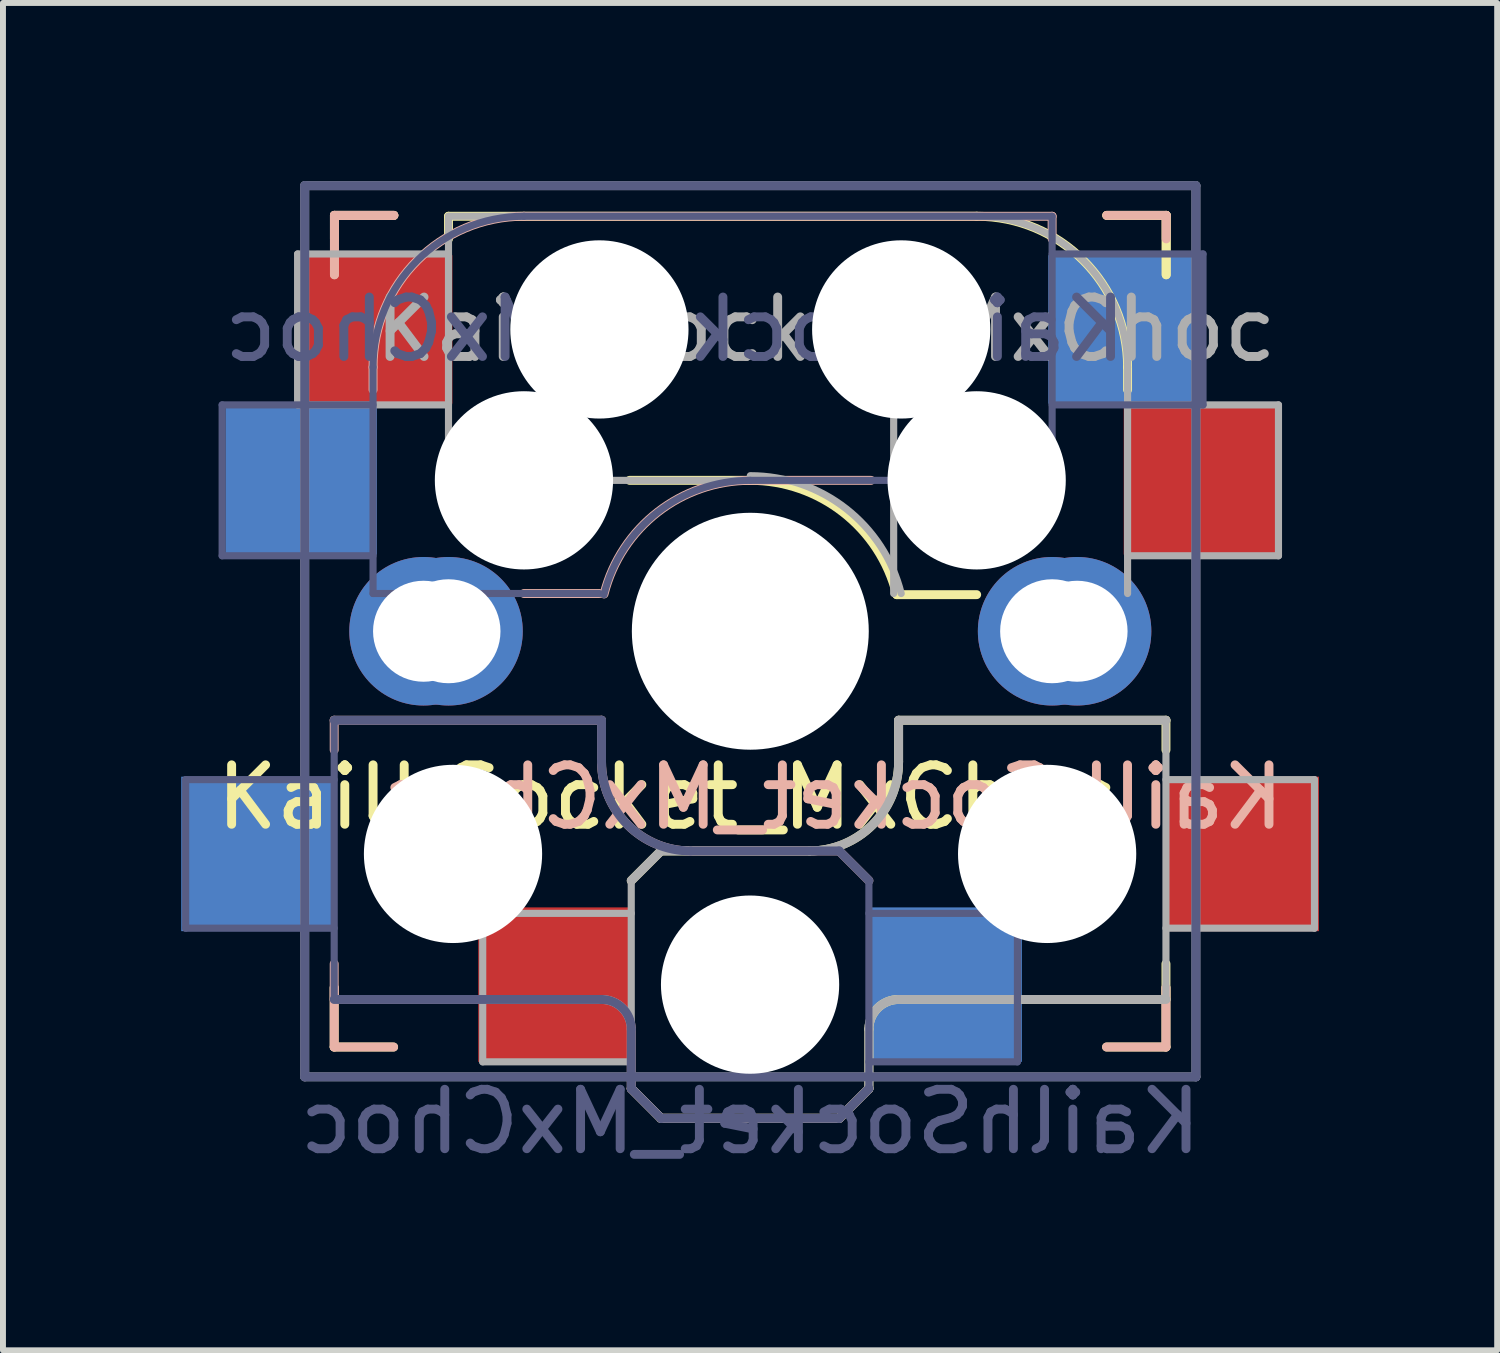
<source format=kicad_pcb>
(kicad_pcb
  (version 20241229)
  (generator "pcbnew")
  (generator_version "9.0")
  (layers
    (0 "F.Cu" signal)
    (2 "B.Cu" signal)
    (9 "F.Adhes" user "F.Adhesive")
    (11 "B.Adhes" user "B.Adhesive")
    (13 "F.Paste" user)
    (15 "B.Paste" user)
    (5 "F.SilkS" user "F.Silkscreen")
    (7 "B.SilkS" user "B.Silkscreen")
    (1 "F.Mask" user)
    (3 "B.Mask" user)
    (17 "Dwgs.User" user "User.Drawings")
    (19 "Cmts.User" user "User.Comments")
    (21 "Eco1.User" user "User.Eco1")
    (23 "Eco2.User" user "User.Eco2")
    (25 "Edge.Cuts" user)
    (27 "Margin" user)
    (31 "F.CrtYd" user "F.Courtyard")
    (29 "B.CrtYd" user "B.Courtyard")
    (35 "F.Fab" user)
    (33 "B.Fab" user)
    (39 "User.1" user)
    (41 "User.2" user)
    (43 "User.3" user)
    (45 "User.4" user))
  (footprint "KailhSocket_MxChoc"
    (layer "F.Cu")
    (at 9.579 7.575)
    (property "Reference" "KailhSocket_MxChoc" (at -1.397 2.794 0) (layer "F.SilkS") (effects (font (size 1 1) (thickness 0.15))))
    (property "Value" "KailhSocket_MxChoc" (at 0 8.255 0) (layer "F.Fab") (hide yes) (effects (font (size 1 1) (thickness 0.15))))
    (attr smd)
    (fp_line (start -7.004 6.998) (end -7.004 5.998) (stroke (width 0.15) (type solid)) (layer "F.SilkS"))
    (fp_line (start -7 -7) (end -6 -7) (stroke (width 0.15) (type solid)) (layer "F.SilkS"))
    (fp_line (start -7 -7) (end -6 -7) (stroke (width 0.15) (type solid)) (layer "F.SilkS"))
    (fp_line (start -7 -6.604) (end -7 -7) (stroke (width 0.15) (type solid)) (layer "F.SilkS"))
    (fp_line (start -6.004 6.998) (end -7.004 6.998) (stroke (width 0.15) (type solid)) (layer "F.SilkS"))
    (fp_line (start -5.08 -6.985) (end 3.81 -6.985) (stroke (width 0.15) (type solid)) (layer "F.SilkS"))
    (fp_line (start -5.08 -6.604) (end -5.08 -6.985) (stroke (width 0.15) (type solid)) (layer "F.SilkS"))
    (fp_line (start -2.004 4.198) (end -1.504 3.698) (stroke (width 0.15) (type solid)) (layer "F.SilkS"))
    (fp_line (start -2.004 7.698) (end -1.504 8.198) (stroke (width 0.15) (type solid)) (layer "F.SilkS"))
    (fp_line (start -1.504 3.698) (end 0.996 3.698) (stroke (width 0.15) (type solid)) (layer "F.SilkS"))
    (fp_line (start -1.504 8.198) (end 1.496 8.198) (stroke (width 0.15) (type solid)) (layer "F.SilkS"))
    (fp_line (start 0 -2.54) (end -2.032 -2.54) (stroke (width 0.15) (type solid)) (layer "F.SilkS"))
    (fp_line (start 1.496 8.198) (end 1.996 7.698) (stroke (width 0.15) (type solid)) (layer "F.SilkS"))
    (fp_line (start 1.996 6.698) (end 1.996 7.698) (stroke (width 0.15) (type solid)) (layer "F.SilkS"))
    (fp_line (start 2.496 1.498) (end 6.996 1.498) (stroke (width 0.15) (type solid)) (layer "F.SilkS"))
    (fp_line (start 2.496 2.198) (end 2.496 1.498) (stroke (width 0.15) (type solid)) (layer "F.SilkS"))
    (fp_line (start 3.81 -0.616) (end 2.464 -0.616) (stroke (width 0.15) (type solid)) (layer "F.SilkS"))
    (fp_line (start 6 -7) (end 7 -7) (stroke (width 0.15) (type solid)) (layer "F.SilkS"))
    (fp_line (start 6 -7) (end 7 -7) (stroke (width 0.15) (type solid)) (layer "F.SilkS"))
    (fp_line (start 6.35 -4.445) (end 6.35 -4.064) (stroke (width 0.15) (type solid)) (layer "F.SilkS"))
    (fp_line (start 6.996 1.498) (end 6.996 1.998) (stroke (width 0.15) (type solid)) (layer "F.SilkS"))
    (fp_line (start 6.996 5.598) (end 6.996 6.198) (stroke (width 0.15) (type solid)) (layer "F.SilkS"))
    (fp_line (start 6.996 5.998) (end 6.996 6.998) (stroke (width 0.15) (type solid)) (layer "F.SilkS"))
    (fp_line (start 6.996 6.198) (end 2.496 6.198) (stroke (width 0.15) (type solid)) (layer "F.SilkS"))
    (fp_line (start 6.996 6.998) (end 5.996 6.998) (stroke (width 0.15) (type solid)) (layer "F.SilkS"))
    (fp_line (start 7 -7) (end 7 -6) (stroke (width 0.15) (type solid)) (layer "F.SilkS"))
    (fp_line (start 7 -7) (end 7 -6) (stroke (width 0.15) (type solid)) (layer "F.SilkS"))
    (fp_arc (start -0.001606 -2.539998) (mid 1.562514 -2.002534) (end 2.464161 -0.616039) (stroke (width 0.15) (type solid)) (layer "F.SilkS"))
    (fp_arc (start 1.996 6.698) (mid 2.142447 6.344447) (end 2.496 6.198) (stroke (width 0.15) (type solid)) (layer "F.SilkS"))
    (fp_arc (start 2.496 2.198) (mid 2.05666 3.25866) (end 0.996 3.698) (stroke (width 0.15) (type solid)) (layer "F.SilkS"))
    (fp_arc (start 3.81 -6.985) (mid 5.606051 -6.241051) (end 6.35 -4.445) (stroke (width 0.15) (type solid)) (layer "F.SilkS"))
    (fp_line (start -7.004 1.498) (end -7.004 1.998) (stroke (width 0.15) (type solid)) (layer "B.SilkS"))
    (fp_line (start -7.004 5.598) (end -7.004 6.198) (stroke (width 0.15) (type solid)) (layer "B.SilkS"))
    (fp_line (start -7.004 6.198) (end -2.504 6.198) (stroke (width 0.15) (type solid)) (layer "B.SilkS"))
    (fp_line (start -7.004 6.998) (end -7.004 5.998) (stroke (width 0.15) (type solid)) (layer "B.SilkS"))
    (fp_line (start -7 -7) (end -6 -7) (stroke (width 0.15) (type solid)) (layer "B.SilkS"))
    (fp_line (start -7 -7) (end -6 -7) (stroke (width 0.15) (type solid)) (layer "B.SilkS"))
    (fp_line (start -7 -6) (end -7 -7) (stroke (width 0.15) (type solid)) (layer "B.SilkS"))
    (fp_line (start -7 -6) (end -7 -7) (stroke (width 0.15) (type solid)) (layer "B.SilkS"))
    (fp_line (start -6.35 -4.445) (end -6.35 -4.064) (stroke (width 0.15) (type solid)) (layer "B.SilkS"))
    (fp_line (start -6.004 6.998) (end -7.004 6.998) (stroke (width 0.15) (type solid)) (layer "B.SilkS"))
    (fp_line (start -3.81 -0.635) (end -2.54 -0.635) (stroke (width 0.15) (type solid)) (layer "B.SilkS"))
    (fp_line (start -2.504 1.498) (end -7.004 1.498) (stroke (width 0.15) (type solid)) (layer "B.SilkS"))
    (fp_line (start -2.504 2.198) (end -2.504 1.498) (stroke (width 0.15) (type solid)) (layer "B.SilkS"))
    (fp_line (start -2.004 6.698) (end -2.004 7.698) (stroke (width 0.15) (type solid)) (layer "B.SilkS"))
    (fp_line (start -1.504 8.198) (end -2.004 7.698) (stroke (width 0.15) (type solid)) (layer "B.SilkS"))
    (fp_line (start 0 -2.54) (end 2.032 -2.54) (stroke (width 0.15) (type solid)) (layer "B.SilkS"))
    (fp_line (start 1.496 3.698) (end -1.004 3.698) (stroke (width 0.15) (type solid)) (layer "B.SilkS"))
    (fp_line (start 1.496 8.198) (end -1.504 8.198) (stroke (width 0.15) (type solid)) (layer "B.SilkS"))
    (fp_line (start 1.996 4.198) (end 1.496 3.698) (stroke (width 0.15) (type solid)) (layer "B.SilkS"))
    (fp_line (start 1.996 7.698) (end 1.496 8.198) (stroke (width 0.15) (type solid)) (layer "B.SilkS"))
    (fp_line (start 5.08 -6.985) (end -3.81 -6.985) (stroke (width 0.15) (type solid)) (layer "B.SilkS"))
    (fp_line (start 5.08 -6.604) (end 5.08 -6.985) (stroke (width 0.15) (type solid)) (layer "B.SilkS"))
    (fp_line (start 6 -7) (end 7 -7) (stroke (width 0.15) (type solid)) (layer "B.SilkS"))
    (fp_line (start 6.996 5.998) (end 6.996 6.998) (stroke (width 0.15) (type solid)) (layer "B.SilkS"))
    (fp_line (start 6.996 6.998) (end 5.996 6.998) (stroke (width 0.15) (type solid)) (layer "B.SilkS"))
    (fp_line (start 7 -7) (end 7 -6.604) (stroke (width 0.15) (type solid)) (layer "B.SilkS"))
    (fp_arc (start -6.35 -4.445) (mid -5.606051 -6.241051) (end -3.81 -6.985) (stroke (width 0.15) (type solid)) (layer "B.SilkS"))
    (fp_arc (start -2.504 6.198) (mid -2.150447 6.344447) (end -2.004 6.698) (stroke (width 0.15) (type solid)) (layer "B.SilkS"))
    (fp_arc (start -2.461268 -0.627503) (mid -1.558484 -2.005674) (end 0 -2.54) (stroke (width 0.15) (type solid)) (layer "B.SilkS"))
    (fp_arc (start -1.004 3.698) (mid -2.06466 3.25866) (end -2.504 2.198) (stroke (width 0.15) (type solid)) (layer "B.SilkS"))
    (fp_line (start -6.9 6.9) (end -6.9 -6.9) (stroke (width 0.15) (type solid)) (layer "Eco2.User"))
    (fp_line (start -6.9 6.9) (end 6.9 6.9) (stroke (width 0.15) (type solid)) (layer "Eco2.User"))
    (fp_line (start 6.9 -6.9) (end -6.9 -6.9) (stroke (width 0.15) (type solid)) (layer "Eco2.User"))
    (fp_line (start 6.9 -6.9) (end 6.9 6.9) (stroke (width 0.15) (type solid)) (layer "Eco2.User"))
    (fp_line (start -9.504 2.498) (end -7.004 2.498) (stroke (width 0.12) (type solid)) (layer "B.Fab"))
    (fp_line (start -9.504 4.998) (end -9.504 2.498) (stroke (width 0.12) (type solid)) (layer "B.Fab"))
    (fp_line (start -8.89 -3.81) (end -8.89 -1.27) (stroke (width 0.12) (type solid)) (layer "B.Fab"))
    (fp_line (start -8.89 -1.27) (end -6.35 -1.27) (stroke (width 0.12) (type solid)) (layer "B.Fab"))
    (fp_line (start -7.5 -7.5) (end 7.5 -7.5) (stroke (width 0.15) (type solid)) (layer "B.Fab"))
    (fp_line (start -7.5 7.5) (end -7.5 -7.5) (stroke (width 0.15) (type solid)) (layer "B.Fab"))
    (fp_line (start -7.004 1.498) (end -7.004 6.198) (stroke (width 0.12) (type solid)) (layer "B.Fab"))
    (fp_line (start -7.004 4.998) (end -9.504 4.998) (stroke (width 0.12) (type solid)) (layer "B.Fab"))
    (fp_line (start -7.004 6.198) (end -2.504 6.198) (stroke (width 0.15) (type solid)) (layer "B.Fab"))
    (fp_line (start -6.35 -4.445) (end -6.35 -0.635) (stroke (width 0.12) (type solid)) (layer "B.Fab"))
    (fp_line (start -6.35 -3.81) (end -8.89 -3.81) (stroke (width 0.12) (type solid)) (layer "B.Fab"))
    (fp_line (start -6.35 -0.635) (end -2.54 -0.635) (stroke (width 0.12) (type solid)) (layer "B.Fab"))
    (fp_line (start -2.504 1.498) (end -7.004 1.498) (stroke (width 0.15) (type solid)) (layer "B.Fab"))
    (fp_line (start -2.504 2.198) (end -2.504 1.498) (stroke (width 0.15) (type solid)) (layer "B.Fab"))
    (fp_line (start -2.004 6.698) (end -2.004 7.698) (stroke (width 0.15) (type solid)) (layer "B.Fab"))
    (fp_line (start -1.504 8.198) (end -2.004 7.698) (stroke (width 0.15) (type solid)) (layer "B.Fab"))
    (fp_line (start 0 -2.54) (end 5.08 -2.54) (stroke (width 0.12) (type solid)) (layer "B.Fab"))
    (fp_line (start 1.496 3.698) (end -1.004 3.698) (stroke (width 0.15) (type solid)) (layer "B.Fab"))
    (fp_line (start 1.496 8.198) (end -1.504 8.198) (stroke (width 0.15) (type solid)) (layer "B.Fab"))
    (fp_line (start 1.996 4.198) (end 1.496 3.698) (stroke (width 0.15) (type solid)) (layer "B.Fab"))
    (fp_line (start 1.996 4.248) (end 1.996 7.698) (stroke (width 0.12) (type solid)) (layer "B.Fab"))
    (fp_line (start 1.996 4.748) (end 4.496 4.748) (stroke (width 0.12) (type solid)) (layer "B.Fab"))
    (fp_line (start 1.996 7.698) (end 1.496 8.198) (stroke (width 0.15) (type solid)) (layer "B.Fab"))
    (fp_line (start 4.496 4.748) (end 4.496 7.248) (stroke (width 0.12) (type solid)) (layer "B.Fab"))
    (fp_line (start 4.496 7.248) (end 1.996 7.248) (stroke (width 0.12) (type solid)) (layer "B.Fab"))
    (fp_line (start 5.08 -6.985) (end -3.81 -6.985) (stroke (width 0.12) (type solid)) (layer "B.Fab"))
    (fp_line (start 5.08 -3.81) (end 7.62 -3.81) (stroke (width 0.12) (type solid)) (layer "B.Fab"))
    (fp_line (start 5.08 -2.54) (end 5.08 -6.985) (stroke (width 0.12) (type solid)) (layer "B.Fab"))
    (fp_line (start 7.5 -7.5) (end 7.5 7.5) (stroke (width 0.15) (type solid)) (layer "B.Fab"))
    (fp_line (start 7.5 7.5) (end -7.5 7.5) (stroke (width 0.15) (type solid)) (layer "B.Fab"))
    (fp_line (start 7.62 -6.35) (end 5.08 -6.35) (stroke (width 0.12) (type solid)) (layer "B.Fab"))
    (fp_line (start 7.62 -3.81) (end 7.62 -6.35) (stroke (width 0.12) (type solid)) (layer "B.Fab"))
    (fp_arc (start -6.35 -4.445) (mid -5.606051 -6.241051) (end -3.81 -6.985) (stroke (width 0.12) (type solid)) (layer "B.Fab"))
    (fp_arc (start -2.504 6.198) (mid -2.150447 6.344447) (end -2.004 6.698) (stroke (width 0.15) (type solid)) (layer "B.Fab"))
    (fp_arc (start -2.464162 -0.61604) (mid -1.563147 -2.002042) (end 0 -2.54) (stroke (width 0.12) (type solid)) (layer "B.Fab"))
    (fp_arc (start -1.004 3.698) (mid -2.06466 3.25866) (end -2.504 2.198) (stroke (width 0.15) (type solid)) (layer "B.Fab"))
    (fp_line (start -7.62 -6.35) (end -7.62 -3.81) (stroke (width 0.12) (type solid)) (layer "F.Fab"))
    (fp_line (start -7.62 -3.81) (end -5.08 -3.81) (stroke (width 0.12) (type solid)) (layer "F.Fab"))
    (fp_line (start -7.5 -7.5) (end 7.5 -7.5) (stroke (width 0.15) (type solid)) (layer "F.Fab"))
    (fp_line (start -7.5 7.5) (end -7.5 -7.5) (stroke (width 0.15) (type solid)) (layer "F.Fab"))
    (fp_line (start -5.08 -6.985) (end -5.08 -2.54) (stroke (width 0.12) (type solid)) (layer "F.Fab"))
    (fp_line (start -5.08 -6.35) (end -7.62 -6.35) (stroke (width 0.12) (type solid)) (layer "F.Fab"))
    (fp_line (start -5.08 -2.54) (end 0 -2.54) (stroke (width 0.12) (type solid)) (layer "F.Fab"))
    (fp_line (start -4.504 4.748) (end -4.504 7.248) (stroke (width 0.12) (type solid)) (layer "F.Fab"))
    (fp_line (start -4.504 7.248) (end -2.004 7.248) (stroke (width 0.12) (type solid)) (layer "F.Fab"))
    (fp_line (start -2.004 4.198) (end -1.504 3.698) (stroke (width 0.15) (type solid)) (layer "F.Fab"))
    (fp_line (start -2.004 4.248) (end -2.004 7.698) (stroke (width 0.12) (type solid)) (layer "F.Fab"))
    (fp_line (start -2.004 4.748) (end -4.504 4.748) (stroke (width 0.12) (type solid)) (layer "F.Fab"))
    (fp_line (start -2.004 7.698) (end -1.504 8.198) (stroke (width 0.15) (type solid)) (layer "F.Fab"))
    (fp_line (start -1.504 3.698) (end 0.996 3.698) (stroke (width 0.15) (type solid)) (layer "F.Fab"))
    (fp_line (start -1.504 8.198) (end 1.496 8.198) (stroke (width 0.15) (type solid)) (layer "F.Fab"))
    (fp_line (start 1.496 8.198) (end 1.996 7.698) (stroke (width 0.15) (type solid)) (layer "F.Fab"))
    (fp_line (start 1.996 6.698) (end 1.996 7.698) (stroke (width 0.15) (type solid)) (layer "F.Fab"))
    (fp_line (start 2.413 -0.635) (end 2.413 -4.445) (stroke (width 0.12) (type solid)) (layer "F.Fab"))
    (fp_line (start 2.496 1.498) (end 6.996 1.498) (stroke (width 0.15) (type solid)) (layer "F.Fab"))
    (fp_line (start 2.496 2.198) (end 2.496 1.498) (stroke (width 0.15) (type solid)) (layer "F.Fab"))
    (fp_line (start 3.81 -6.985) (end -5.08 -6.985) (stroke (width 0.12) (type solid)) (layer "F.Fab"))
    (fp_line (start 6.35 -1.27) (end 8.89 -1.27) (stroke (width 0.12) (type solid)) (layer "F.Fab"))
    (fp_line (start 6.35 -0.635) (end 6.35 -4.445) (stroke (width 0.12) (type solid)) (layer "F.Fab"))
    (fp_line (start 6.996 1.498) (end 6.996 6.198) (stroke (width 0.12) (type solid)) (layer "F.Fab"))
    (fp_line (start 6.996 4.998) (end 9.496 4.998) (stroke (width 0.12) (type solid)) (layer "F.Fab"))
    (fp_line (start 6.996 6.198) (end 2.496 6.198) (stroke (width 0.15) (type solid)) (layer "F.Fab"))
    (fp_line (start 7.5 -7.5) (end 7.5 7.5) (stroke (width 0.15) (type solid)) (layer "F.Fab"))
    (fp_line (start 7.5 7.5) (end -7.5 7.5) (stroke (width 0.15) (type solid)) (layer "F.Fab"))
    (fp_line (start 8.89 -3.81) (end 6.35 -3.81) (stroke (width 0.12) (type solid)) (layer "F.Fab"))
    (fp_line (start 8.89 -1.27) (end 8.89 -3.81) (stroke (width 0.12) (type solid)) (layer "F.Fab"))
    (fp_line (start 9.496 2.498) (end 6.996 2.498) (stroke (width 0.12) (type solid)) (layer "F.Fab"))
    (fp_line (start 9.496 4.998) (end 9.496 2.498) (stroke (width 0.12) (type solid)) (layer "F.Fab"))
    (fp_arc (start 0.000001 -2.618171) (mid 1.611255 -2.063656) (end 2.539999 -0.634999) (stroke (width 0.12) (type solid)) (layer "F.Fab"))
    (fp_arc (start 1.996 6.698) (mid 2.142447 6.344447) (end 2.496 6.198) (stroke (width 0.15) (type solid)) (layer "F.Fab"))
    (fp_arc (start 2.496 2.198) (mid 2.05666 3.25866) (end 0.996 3.698) (stroke (width 0.15) (type solid)) (layer "F.Fab"))
    (fp_arc (start 3.81 -6.985) (mid 5.606051 -6.241051) (end 6.35 -4.445) (stroke (width 0.12) (type solid)) (layer "F.Fab"))
    (fp_text user "${REFERENCE}" (at 1.397 2.794 0) (layer "B.SilkS") (effects (font (size 1 1) (thickness 0.15)) (justify mirror)))
    (fp_text user "${VALUE}" (at 0 8.255 0) (layer "B.Fab") (effects (font (size 1 1) (thickness 0.15)) (justify mirror)))
    (fp_text user "${REFERENCE}" (at -1.27 -5.08 0) (layer "B.Fab") (effects (font (size 1 1) (thickness 0.15)) (justify mirror)))
    (fp_text user "${REFERENCE}" (at 1.27 -5.08 180) (layer "F.Fab") (effects (font (size 1 1) (thickness 0.15))))
    (pad "" np_thru_hole circle (at -5.004 3.748) (size 3 3) (drill 3) (layers "*.Cu" "*.Mask"))
    (pad "" np_thru_hole circle (at -3.81 -2.54) (size 3 3) (drill 3) (layers "*.Cu" "*.Mask"))
    (pad "" np_thru_hole circle (at -2.54 -5.08 180) (size 3 3) (drill 3) (layers "*.Cu" "*.Mask"))
    (pad "" np_thru_hole circle (at -0.004 5.948) (size 3 3) (drill 3) (layers "*.Cu" "*.Mask"))
    (pad "" np_thru_hole circle (at 0 0) (size 3.988 3.988) (drill 3.988) (layers "*.Cu" "*.Mask"))
    (pad "" np_thru_hole circle (at 2.54 -5.08) (size 3 3) (drill 3) (layers "*.Cu" "*.Mask"))
    (pad "" np_thru_hole circle (at 3.81 -2.54 180) (size 3 3) (drill 3) (layers "*.Cu" "*.Mask"))
    (pad "" np_thru_hole circle (at 4.996 3.748) (size 3 3) (drill 3) (layers "*.Cu" "*.Mask"))
    (pad "1" smd rect (at -8.279 3.748) (size 2.6 2.6) (layers "B.Cu" "B.Mask" "B.Paste"))
    (pad "1" smd rect (at -7.56 -2.54) (size 2.55 2.5) (layers "B.Cu" "B.Mask" "B.Paste"))
    (pad "1" smd rect (at -6.29 -5.08 180) (size 2.55 2.5) (layers "F.Cu" "F.Mask" "F.Paste"))
    (pad "1" thru_hole circle (at -5.5 0) (size 2.5 2.5) (drill 1.7) (layers "*.Cu" "*.Mask"))
    (pad "1" thru_hole circle (at -5.08 0) (size 2.5 2.5) (drill 1.75) (layers "*.Cu" "*.Mask"))
    (pad "1" smd rect (at -3.279 5.948) (size 2.6 2.6) (layers "F.Cu" "F.Mask" "F.Paste"))
    (pad "2" smd rect (at 3.271 5.948) (size 2.6 2.6) (layers "B.Cu" "B.Mask" "B.Paste"))
    (pad "2" thru_hole circle (at 5.08 0) (size 2.5 2.5) (drill 1.75) (layers "*.Cu" "*.Mask"))
    (pad "2" thru_hole circle (at 5.5 0) (size 2.5 2.5) (drill 1.7) (layers "*.Cu" "*.Mask"))
    (pad "2" smd rect (at 6.29 -5.08) (size 2.55 2.5) (layers "B.Cu" "B.Mask" "B.Paste"))
    (pad "2" smd rect (at 7.56 -2.54) (size 2.55 2.5) (layers "F.Cu" "F.Mask" "F.Paste"))
    (pad "2" smd rect (at 8.271 3.748) (size 2.6 2.6) (layers "F.Cu" "F.Mask" "F.Paste")))
  (gr_rect
    (start -3 -3)
    (end 22.15 19.678)
    (stroke (width 0.1) (type default))
    (fill no)
    (layer "Edge.Cuts")))
</source>
